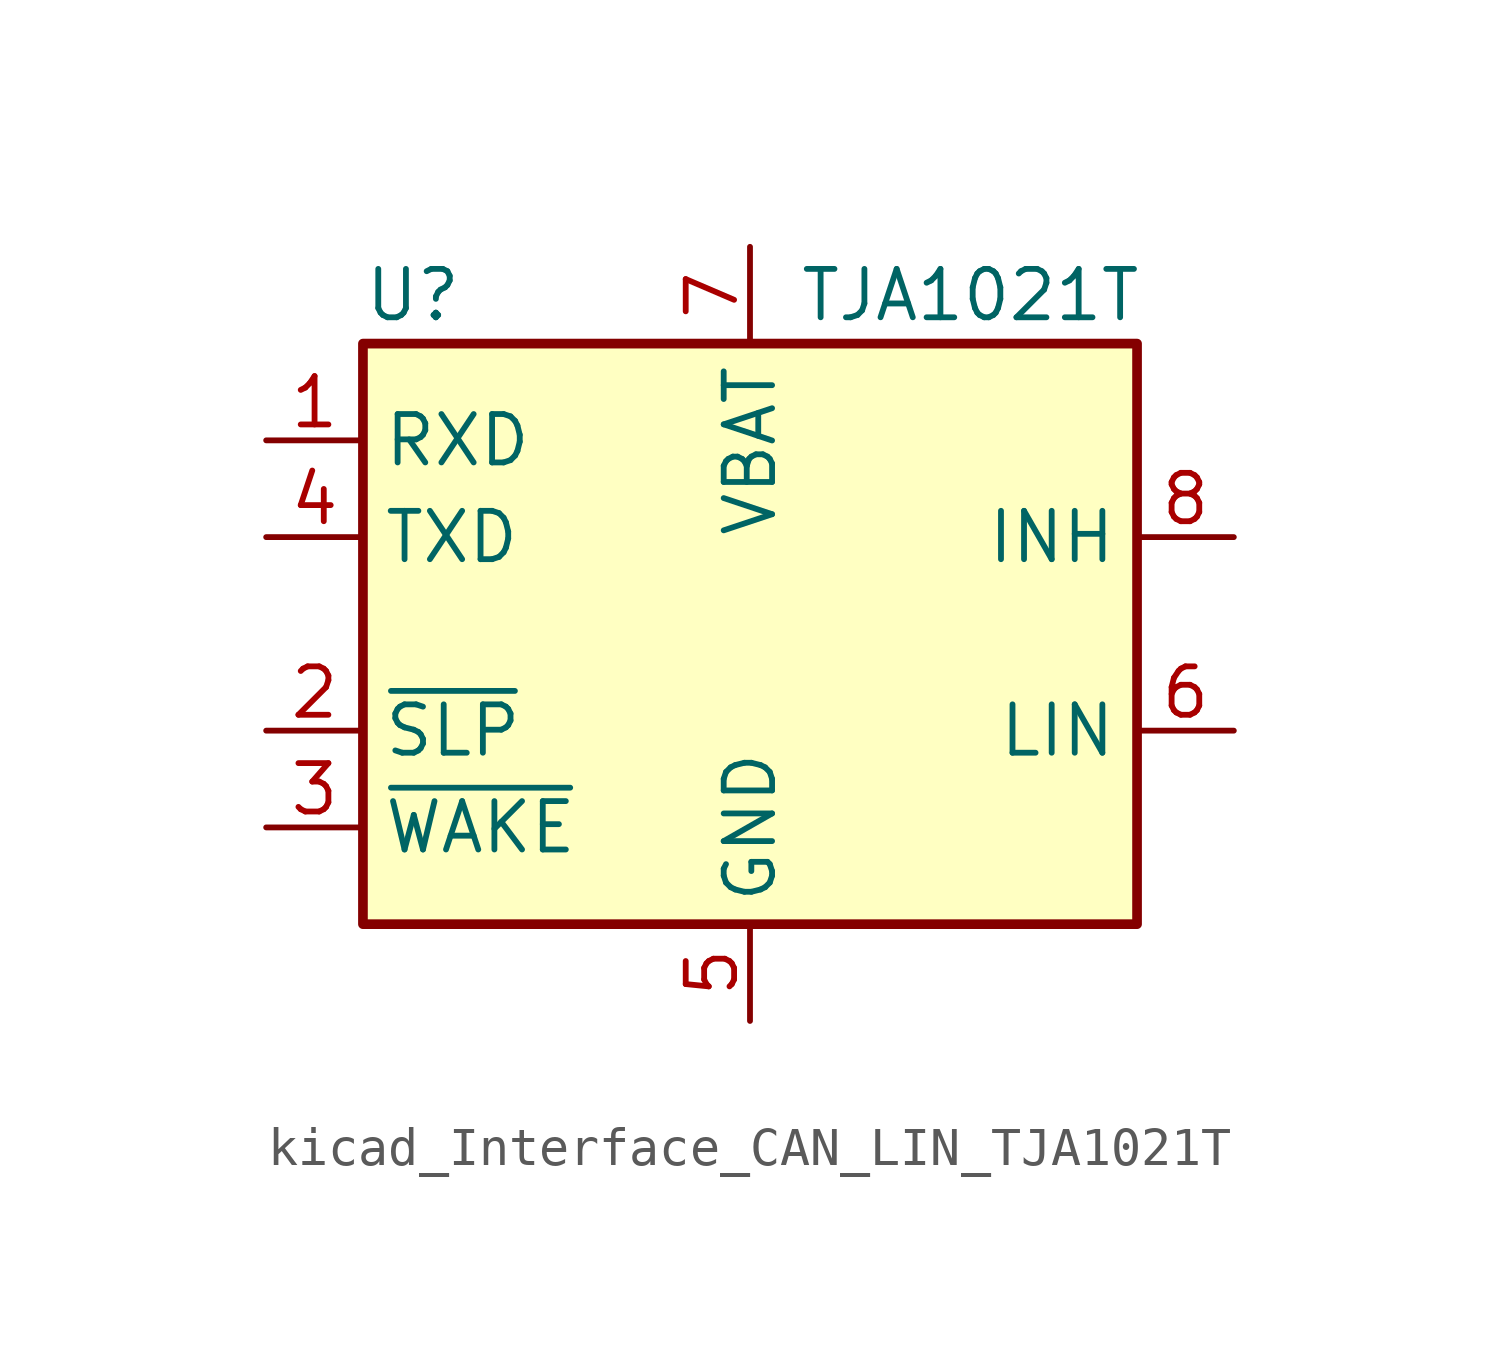
<source format=kicad_sym>
(kicad_symbol_lib
  (version 20220914)
  (generator kicad_symbol_editor)
  (symbol "kicad_Interface_CAN_LIN_TJA1021T"
    (property "Reference" "U"
      (at -10.16 8.89 0)
      (effects (font (size 1.27 1.27)) (justify left)))
    (property "Value" "TJA1021T"
      (at 1.27 8.89 0)
      (effects (font (size 1.27 1.27)) (justify left)))
    (symbol "kicad_Interface_CAN_LIN_TJA1021T_0_1"
      (rectangle (start -10.16 7.62) (end 10.16 -7.62) (stroke (width 0.254) (type default)) (fill (type background))))
    (symbol "kicad_Interface_CAN_LIN_TJA1021T_1_1"
      (pin open_collector line (at -12.7 5.08 0) (length 2.54) (name "RXD" (effects (font (size 1.27 1.27)))) (number "1" (effects (font (size 1.27 1.27)))))
      (pin input line (at -12.7 -2.54 0) (length 2.54) (name "~{SLP}" (effects (font (size 1.27 1.27)))) (number "2" (effects (font (size 1.27 1.27)))))
      (pin input line (at -12.7 -5.08 0) (length 2.54) (name "~{WAKE}" (effects (font (size 1.27 1.27)))) (number "3" (effects (font (size 1.27 1.27)))))
      (pin input line (at -12.7 2.54 0) (length 2.54) (name "TXD" (effects (font (size 1.27 1.27)))) (number "4" (effects (font (size 1.27 1.27)))))
      (pin power_in line (at 0 -10.16 90) (length 2.54) (name "GND" (effects (font (size 1.27 1.27)))) (number "5" (effects (font (size 1.27 1.27)))))
      (pin bidirectional line (at 12.7 -2.54 180) (length 2.54) (name "LIN" (effects (font (size 1.27 1.27)))) (number "6" (effects (font (size 1.27 1.27)))))
      (pin power_in line (at 0 10.16 270) (length 2.54) (name "VBAT" (effects (font (size 1.27 1.27)))) (number "7" (effects (font (size 1.27 1.27)))))
      (pin output line (at 12.7 2.54 180) (length 2.54) (name "INH" (effects (font (size 1.27 1.27)))) (number "8" (effects (font (size 1.27 1.27))))))))
</source>
